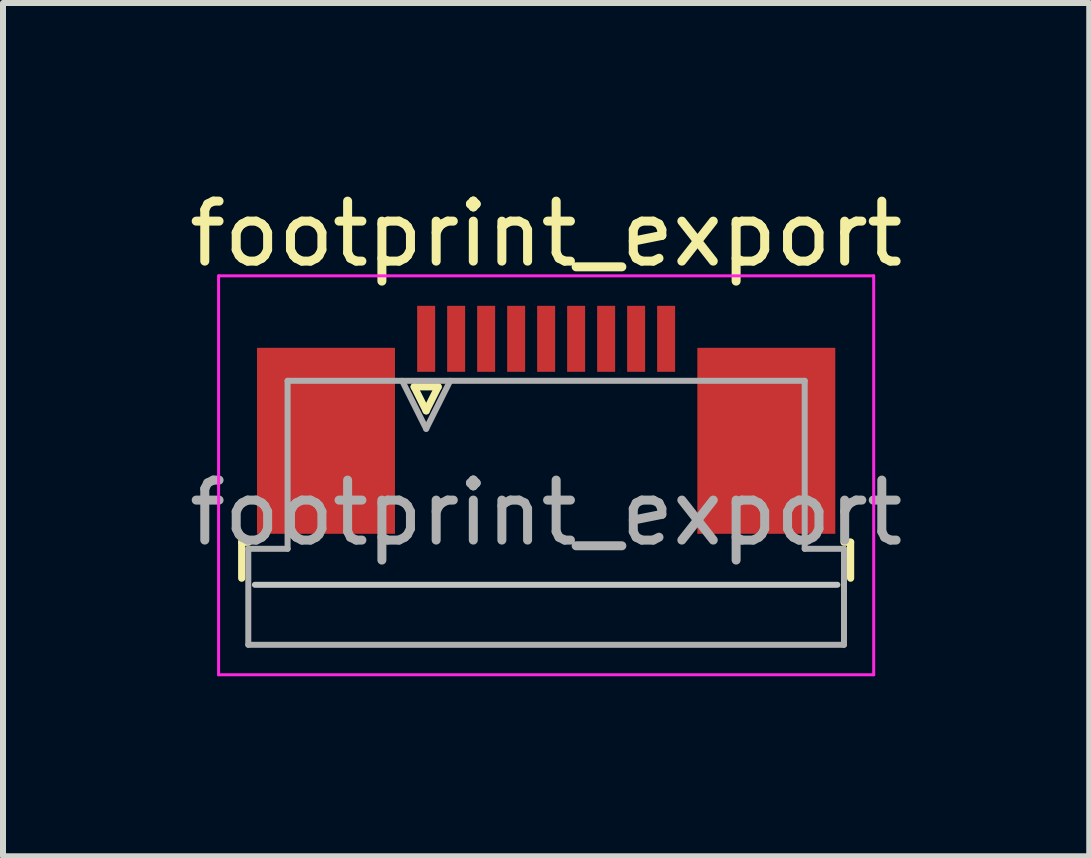
<source format=kicad_pcb>
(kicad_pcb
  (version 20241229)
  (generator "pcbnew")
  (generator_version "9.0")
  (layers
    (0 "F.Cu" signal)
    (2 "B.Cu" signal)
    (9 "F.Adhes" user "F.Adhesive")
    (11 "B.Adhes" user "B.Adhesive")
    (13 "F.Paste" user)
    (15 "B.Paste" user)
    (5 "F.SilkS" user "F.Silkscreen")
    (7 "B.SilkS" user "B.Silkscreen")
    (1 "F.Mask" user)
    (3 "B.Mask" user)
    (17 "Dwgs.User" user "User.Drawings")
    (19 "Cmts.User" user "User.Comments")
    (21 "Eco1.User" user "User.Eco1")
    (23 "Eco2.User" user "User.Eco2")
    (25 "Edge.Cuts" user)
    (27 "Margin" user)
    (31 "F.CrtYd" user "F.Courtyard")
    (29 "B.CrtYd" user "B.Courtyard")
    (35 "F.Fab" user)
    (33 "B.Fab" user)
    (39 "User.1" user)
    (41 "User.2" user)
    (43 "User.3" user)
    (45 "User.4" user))
  (footprint "footprint_export"
    (layer "F.Cu")
    (at 6.054 3.948)
    (property "Reference" "footprint_export" (at 0 -3.1 0) (layer "F.SilkS") (effects (font (size 1 1) (thickness 0.15))))
    (attr smd)
    (fp_line (start -5.075 2.04) (end -5.075 2.64) (stroke (width 0.12) (type solid)) (layer "F.SilkS"))
    (fp_line (start -4.965 2.04) (end -5.075 2.04) (stroke (width 0.12) (type solid)) (layer "F.SilkS"))
    (fp_line (start -2.2 -0.55) (end -2 -0.15) (stroke (width 0.12) (type solid)) (layer "F.SilkS"))
    (fp_line (start -2 -0.15) (end -1.8 -0.55) (stroke (width 0.12) (type solid)) (layer "F.SilkS"))
    (fp_line (start -1.8 -0.55) (end -2.2 -0.55) (stroke (width 0.12) (type solid)) (layer "F.SilkS"))
    (fp_line (start 4.965 2.04) (end 5.075 2.04) (stroke (width 0.12) (type solid)) (layer "F.SilkS"))
    (fp_line (start 5.075 2.04) (end 5.075 2.64) (stroke (width 0.12) (type solid)) (layer "F.SilkS"))
    (fp_line (start 4.855 2.75) (end -4.855 2.75) (stroke (width 0.1) (type solid)) (layer "Dwgs.User"))
    (fp_line (start -5.46 -2.4) (end -5.46 4.25) (stroke (width 0.05) (type solid)) (layer "F.CrtYd"))
    (fp_line (start -5.46 4.25) (end 5.46 4.25) (stroke (width 0.05) (type solid)) (layer "F.CrtYd"))
    (fp_line (start 5.46 -2.4) (end -5.46 -2.4) (stroke (width 0.05) (type solid)) (layer "F.CrtYd"))
    (fp_line (start 5.46 4.25) (end 5.46 -2.4) (stroke (width 0.05) (type solid)) (layer "F.CrtYd"))
    (fp_line (start -4.965 2.15) (end -4.31 2.15) (stroke (width 0.1) (type solid)) (layer "F.Fab"))
    (fp_line (start -4.965 3.75) (end -4.965 2.15) (stroke (width 0.1) (type solid)) (layer "F.Fab"))
    (fp_line (start -4.31 -0.65) (end 4.31 -0.65) (stroke (width 0.1) (type solid)) (layer "F.Fab"))
    (fp_line (start -4.31 2.15) (end -4.31 -0.65) (stroke (width 0.1) (type solid)) (layer "F.Fab"))
    (fp_line (start -2.4 -0.65) (end -2 0.15) (stroke (width 0.1) (type solid)) (layer "F.Fab"))
    (fp_line (start -2 0.15) (end -1.6 -0.65) (stroke (width 0.1) (type solid)) (layer "F.Fab"))
    (fp_line (start 4.31 -0.65) (end 4.31 2.15) (stroke (width 0.1) (type solid)) (layer "F.Fab"))
    (fp_line (start 4.31 2.15) (end 4.965 2.15) (stroke (width 0.1) (type solid)) (layer "F.Fab"))
    (fp_line (start 4.965 2.15) (end 4.965 3.75) (stroke (width 0.1) (type solid)) (layer "F.Fab"))
    (fp_line (start 4.965 3.75) (end -4.965 3.75) (stroke (width 0.1) (type solid)) (layer "F.Fab"))
    (fp_text user "${REFERENCE}" (at 0 1.55 0) (layer "F.Fab") (effects (font (size 1 1) (thickness 0.15))))
    (pad "1" smd rect (at -2 -1.35) (size 0.3 1.1) (layers "F.Cu" "F.Mask" "F.Paste"))
    (pad "2" smd rect (at -1.5 -1.35) (size 0.3 1.1) (layers "F.Cu" "F.Mask" "F.Paste"))
    (pad "3" smd rect (at -1 -1.35) (size 0.3 1.1) (layers "F.Cu" "F.Mask" "F.Paste"))
    (pad "4" smd rect (at -0.5 -1.35) (size 0.3 1.1) (layers "F.Cu" "F.Mask" "F.Paste"))
    (pad "5" smd rect (at 0 -1.35) (size 0.3 1.1) (layers "F.Cu" "F.Mask" "F.Paste"))
    (pad "6" smd rect (at 0.5 -1.35) (size 0.3 1.1) (layers "F.Cu" "F.Mask" "F.Paste"))
    (pad "7" smd rect (at 1 -1.35) (size 0.3 1.1) (layers "F.Cu" "F.Mask" "F.Paste"))
    (pad "8" smd rect (at 1.5 -1.35) (size 0.3 1.1) (layers "F.Cu" "F.Mask" "F.Paste"))
    (pad "9" smd rect (at 2 -1.35) (size 0.3 1.1) (layers "F.Cu" "F.Mask" "F.Paste"))
    (pad "MP" smd rect (at -3.67 0.35) (size 2.3 3.1) (layers "F.Cu" "F.Mask" "F.Paste"))
    (pad "MP" smd rect (at 3.67 0.35) (size 2.3 3.1) (layers "F.Cu" "F.Mask" "F.Paste")))
  (gr_rect
    (start -3 -3)
    (end 15.107 11.223)
    (stroke (width 0.1) (type default))
    (fill no)
    (layer "Edge.Cuts")))
</source>
